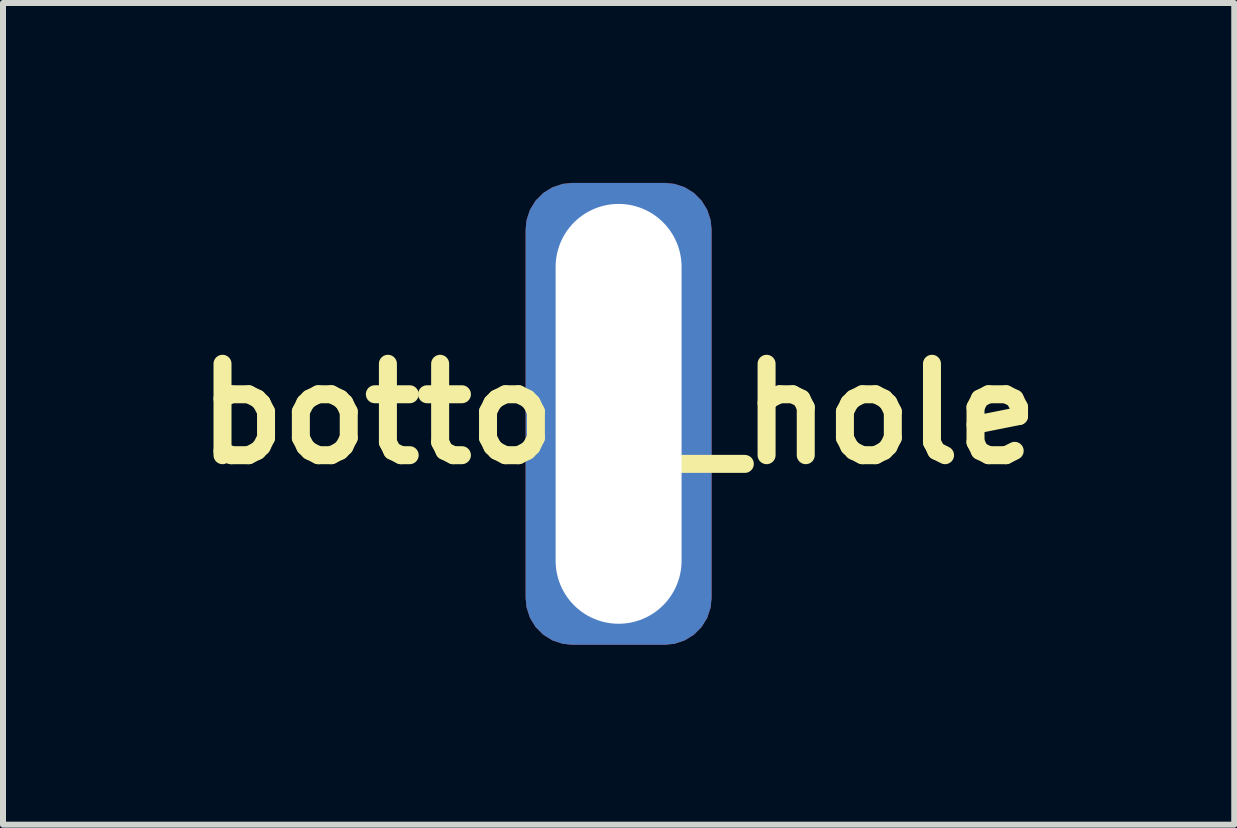
<source format=kicad_pcb>
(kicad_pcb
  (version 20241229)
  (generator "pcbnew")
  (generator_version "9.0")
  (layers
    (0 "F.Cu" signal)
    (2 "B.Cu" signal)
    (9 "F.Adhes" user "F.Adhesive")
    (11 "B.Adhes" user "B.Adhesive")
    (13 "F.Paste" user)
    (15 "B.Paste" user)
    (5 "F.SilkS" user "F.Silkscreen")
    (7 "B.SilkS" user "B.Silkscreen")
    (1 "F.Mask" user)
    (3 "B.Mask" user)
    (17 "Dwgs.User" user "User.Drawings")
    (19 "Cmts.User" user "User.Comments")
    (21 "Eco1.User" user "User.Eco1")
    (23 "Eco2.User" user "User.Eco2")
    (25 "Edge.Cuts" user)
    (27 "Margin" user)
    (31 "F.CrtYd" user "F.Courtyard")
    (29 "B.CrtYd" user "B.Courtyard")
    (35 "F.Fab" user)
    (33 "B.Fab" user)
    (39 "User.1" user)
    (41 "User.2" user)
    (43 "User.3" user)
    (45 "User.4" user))
  (footprint "bottom_hole"
    (layer "F.Cu")
    (at 7.264 3.85)
    (property "Reference" "bottom_hole" (at 0 0 0) (layer "F.SilkS") (effects (font (size 1.524 1.524) (thickness 0.3))))
    (attr through_hole)
    (pad "1" thru_hole roundrect (at 0 0) (size 3.1 7.7) (drill oval 2.1 7) (layers "*.Cu" "*.Mask") (roundrect_rratio 0.25)))
  (gr_rect
    (start -3 -3)
    (end 17.529 10.7)
    (stroke (width 0.1) (type default))
    (fill no)
    (layer "Edge.Cuts")))
</source>
